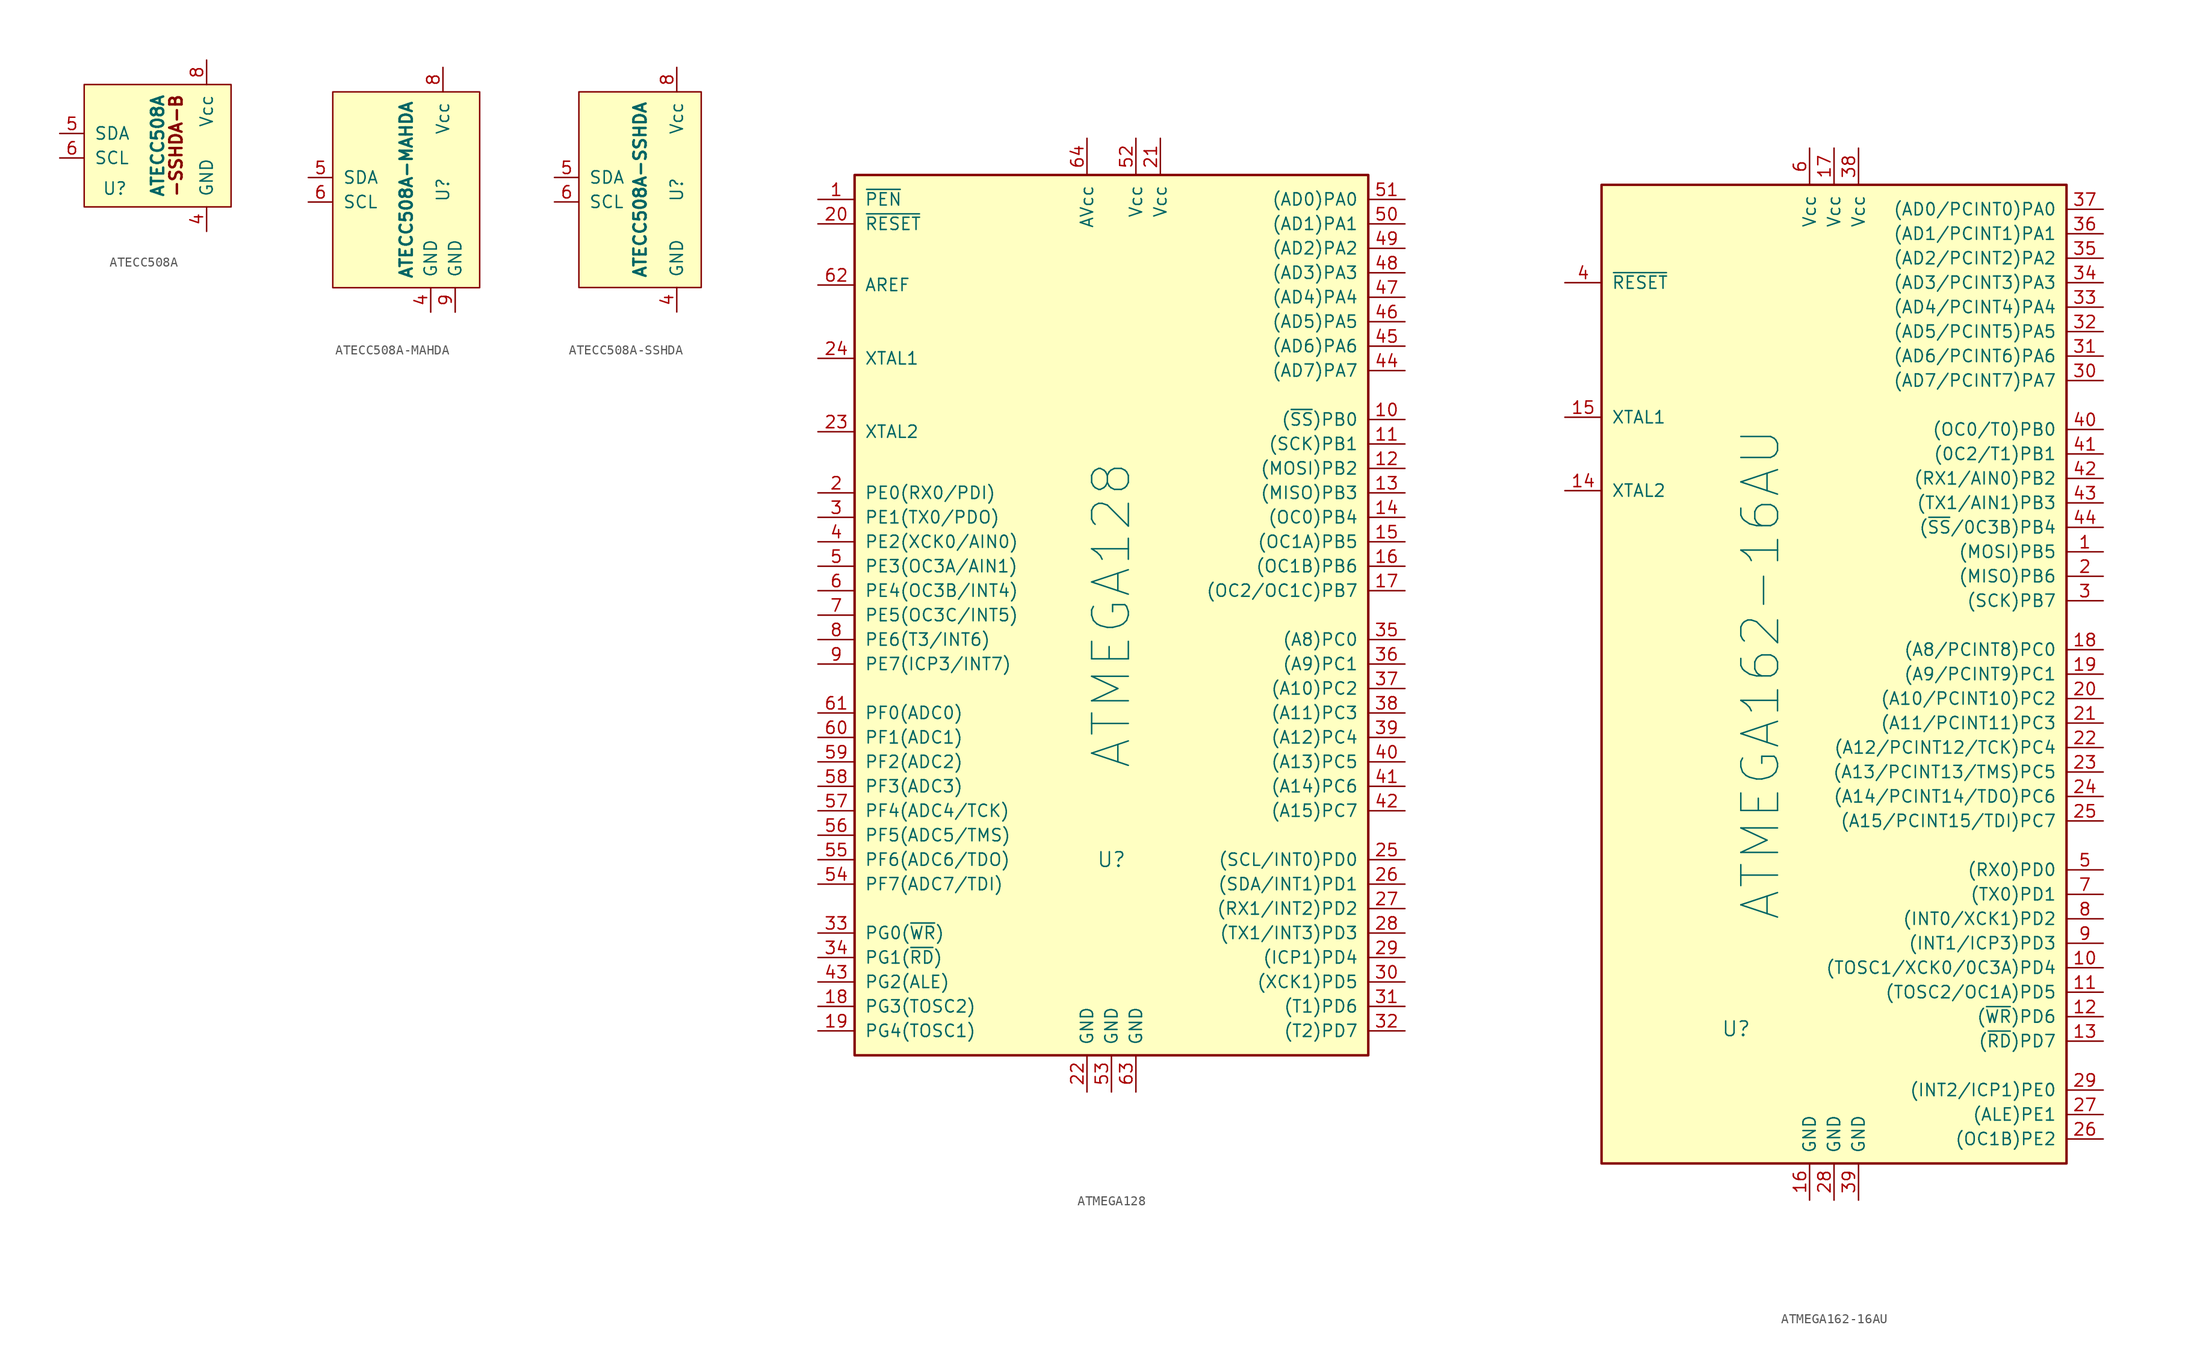
<source format=kicad_sym>
(kicad_symbol_lib
  (version 20231120)
  (generator "kicad_symbol_editor")
  (generator_version "8.0")
  (symbol "ATECC508A"
    (pin_names
      (offset 1.016))
    (property "Reference" "U"
      (at -4.445 -4.445 0)
      (effects (font (size 1.27 1.27))))
    (property "Value" "ATECC508A"
      (at 0 0 90)
      (effects (font (size 1.27 1.27) (bold yes))))
    (symbol "ATECC508A_0_0"
      (rectangle (start 7.62 6.35) (end -7.62 -6.35) (stroke (width 0) (type default)) (fill (type background)))
      (text "-SSHDA-B" (at 1.905 0 900) (effects (font (size 1.27 1.27) (bold yes)))))
    (symbol "ATECC508A_1_1"
      (pin passive line (at 5.08 -8.89 90) (length 2.54) (name "GND" (effects (font (size 1.27 1.27)))) (number "4" (effects (font (size 1.27 1.27)))))
      (pin passive line (at -10.16 1.27 0) (length 2.54) (name "SDA" (effects (font (size 1.27 1.27)))) (number "5" (effects (font (size 1.27 1.27)))))
      (pin passive line (at -10.16 -1.27 0) (length 2.54) (name "SCL" (effects (font (size 1.27 1.27)))) (number "6" (effects (font (size 1.27 1.27)))))
      (pin passive line (at 5.08 8.89 270) (length 2.54) (name "Vcc" (effects (font (size 1.27 1.27)))) (number "8" (effects (font (size 1.27 1.27)))))))
  (symbol "ATECC508A-MAHDA"
    (pin_names
      (offset 1.016))
    (property "Reference" "U"
      (at 3.81 0 90)
      (effects (font (size 1.27 1.27))))
    (property "Value" "ATECC508A-MAHDA"
      (at 0 0 90)
      (effects (font (size 1.27 1.27) (bold yes))))
    (symbol "ATECC508A-MAHDA_0_1"
      (rectangle (start -7.62 10.16) (end 7.62 -10.16) (stroke (width 0) (type default)) (fill (type background))))
    (symbol "ATECC508A-MAHDA_1_1"
      (pin passive line (at 2.54 -12.7 90) (length 2.54) (name "GND" (effects (font (size 1.27 1.27)))) (number "4" (effects (font (size 1.27 1.27)))))
      (pin passive line (at -10.16 1.27 0) (length 2.54) (name "SDA" (effects (font (size 1.27 1.27)))) (number "5" (effects (font (size 1.27 1.27)))))
      (pin passive line (at -10.16 -1.27 0) (length 2.54) (name "SCL" (effects (font (size 1.27 1.27)))) (number "6" (effects (font (size 1.27 1.27)))))
      (pin passive line (at 3.81 12.7 270) (length 2.54) (name "Vcc" (effects (font (size 1.27 1.27)))) (number "8" (effects (font (size 1.27 1.27)))))
      (pin passive line (at 5.08 -12.7 90) (length 2.54) (name "GND" (effects (font (size 1.27 1.27)))) (number "9" (effects (font (size 1.27 1.27)))))))
  (symbol "ATECC508A-SSHDA"
    (pin_names
      (offset 1.016))
    (property "Reference" "U"
      (at 3.81 0 90)
      (effects (font (size 1.27 1.27))))
    (property "Value" "ATECC508A-SSHDA"
      (at 0 0 90)
      (effects (font (size 1.27 1.27) (bold yes))))
    (symbol "ATECC508A-SSHDA_0_1"
      (rectangle (start 6.35 10.16) (end -6.35 -10.16) (stroke (width 0) (type default)) (fill (type background))))
    (symbol "ATECC508A-SSHDA_1_1"
      (pin passive line (at 3.81 -12.7 90) (length 2.54) (name "GND" (effects (font (size 1.27 1.27)))) (number "4" (effects (font (size 1.27 1.27)))))
      (pin passive line (at -8.89 1.27 0) (length 2.54) (name "SDA" (effects (font (size 1.27 1.27)))) (number "5" (effects (font (size 1.27 1.27)))))
      (pin passive line (at -8.89 -1.27 0) (length 2.54) (name "SCL" (effects (font (size 1.27 1.27)))) (number "6" (effects (font (size 1.27 1.27)))))
      (pin passive line (at 3.81 12.7 270) (length 2.54) (name "Vcc" (effects (font (size 1.27 1.27)))) (number "8" (effects (font (size 1.27 1.27)))))))
  (symbol "ATMEGA128"
    (pin_names
      (offset 1.016))
    (property "Reference" "U"
      (at 0 -25.4 0)
      (effects (font (size 1.524 1.524))))
    (property "Value" "ATMEGA128"
      (at 0 0 90)
      (effects (font (size 3.81 3.81))))
    (property "Footprint" ""
      (at 0 0 0)
      (effects (font (size 1.524 1.524))))
    (property "Datasheet" ""
      (at 0 0 0)
      (effects (font (size 1.524 1.524))))
    (symbol "ATMEGA128_0_1"
      (rectangle (start -26.67 45.72) (end 26.67 -45.72) (stroke (width 0.254) (type default)) (fill (type background))))
    (symbol "ATMEGA128_1_1"
      (pin passive line (at -30.48 43.18 0) (length 3.81) (name "~{PEN}" (effects (font (size 1.27 1.27)))) (number "1" (effects (font (size 1.27 1.27)))))
      (pin passive line (at 30.48 20.32 180) (length 3.81) (name "(~{SS})PB0" (effects (font (size 1.27 1.27)))) (number "10" (effects (font (size 1.27 1.27)))))
      (pin passive line (at 30.48 17.78 180) (length 3.81) (name "(SCK)PB1" (effects (font (size 1.27 1.27)))) (number "11" (effects (font (size 1.27 1.27)))))
      (pin passive line (at 30.48 15.24 180) (length 3.81) (name "(MOSI)PB2" (effects (font (size 1.27 1.27)))) (number "12" (effects (font (size 1.27 1.27)))))
      (pin passive line (at 30.48 12.7 180) (length 3.81) (name "(MISO)PB3" (effects (font (size 1.27 1.27)))) (number "13" (effects (font (size 1.27 1.27)))))
      (pin passive line (at 30.48 10.16 180) (length 3.81) (name "(OC0)PB4" (effects (font (size 1.27 1.27)))) (number "14" (effects (font (size 1.27 1.27)))))
      (pin passive line (at 30.48 7.62 180) (length 3.81) (name "(OC1A)PB5" (effects (font (size 1.27 1.27)))) (number "15" (effects (font (size 1.27 1.27)))))
      (pin passive line (at 30.48 5.08 180) (length 3.81) (name "(OC1B)PB6" (effects (font (size 1.27 1.27)))) (number "16" (effects (font (size 1.27 1.27)))))
      (pin passive line (at 30.48 2.54 180) (length 3.81) (name "(OC2/OC1C)PB7" (effects (font (size 1.27 1.27)))) (number "17" (effects (font (size 1.27 1.27)))))
      (pin passive line (at -30.48 -40.64 0) (length 3.81) (name "PG3(TOSC2)" (effects (font (size 1.27 1.27)))) (number "18" (effects (font (size 1.27 1.27)))))
      (pin passive line (at -30.48 -43.18 0) (length 3.81) (name "PG4(TOSC1)" (effects (font (size 1.27 1.27)))) (number "19" (effects (font (size 1.27 1.27)))))
      (pin passive line (at -30.48 12.7 0) (length 3.81) (name "PE0(RX0/PDI)" (effects (font (size 1.27 1.27)))) (number "2" (effects (font (size 1.27 1.27)))))
      (pin passive line (at -30.48 40.64 0) (length 3.81) (name "~{RESET}" (effects (font (size 1.27 1.27)))) (number "20" (effects (font (size 1.27 1.27)))))
      (pin power_in line (at 5.08 49.53 270) (length 3.81) (name "Vcc" (effects (font (size 1.27 1.27)))) (number "21" (effects (font (size 1.27 1.27)))))
      (pin power_in line (at -2.54 -49.53 90) (length 3.81) (name "GND" (effects (font (size 1.27 1.27)))) (number "22" (effects (font (size 1.27 1.27)))))
      (pin passive line (at -30.48 19.05 0) (length 3.81) (name "XTAL2" (effects (font (size 1.27 1.27)))) (number "23" (effects (font (size 1.27 1.27)))))
      (pin passive line (at -30.48 26.67 0) (length 3.81) (name "XTAL1" (effects (font (size 1.27 1.27)))) (number "24" (effects (font (size 1.27 1.27)))))
      (pin passive line (at 30.48 -25.4 180) (length 3.81) (name "(SCL/INT0)PD0" (effects (font (size 1.27 1.27)))) (number "25" (effects (font (size 1.27 1.27)))))
      (pin passive line (at 30.48 -27.94 180) (length 3.81) (name "(SDA/INT1)PD1" (effects (font (size 1.27 1.27)))) (number "26" (effects (font (size 1.27 1.27)))))
      (pin passive line (at 30.48 -30.48 180) (length 3.81) (name "(RX1/INT2)PD2" (effects (font (size 1.27 1.27)))) (number "27" (effects (font (size 1.27 1.27)))))
      (pin passive line (at 30.48 -33.02 180) (length 3.81) (name "(TX1/INT3)PD3" (effects (font (size 1.27 1.27)))) (number "28" (effects (font (size 1.27 1.27)))))
      (pin passive line (at 30.48 -35.56 180) (length 3.81) (name "(ICP1)PD4" (effects (font (size 1.27 1.27)))) (number "29" (effects (font (size 1.27 1.27)))))
      (pin passive line (at -30.48 10.16 0) (length 3.81) (name "PE1(TX0/PDO)" (effects (font (size 1.27 1.27)))) (number "3" (effects (font (size 1.27 1.27)))))
      (pin passive line (at 30.48 -38.1 180) (length 3.81) (name "(XCK1)PD5" (effects (font (size 1.27 1.27)))) (number "30" (effects (font (size 1.27 1.27)))))
      (pin passive line (at 30.48 -40.64 180) (length 3.81) (name "(T1)PD6" (effects (font (size 1.27 1.27)))) (number "31" (effects (font (size 1.27 1.27)))))
      (pin passive line (at 30.48 -43.18 180) (length 3.81) (name "(T2)PD7" (effects (font (size 1.27 1.27)))) (number "32" (effects (font (size 1.27 1.27)))))
      (pin passive line (at -30.48 -33.02 0) (length 3.81) (name "PG0(~{WR})" (effects (font (size 1.27 1.27)))) (number "33" (effects (font (size 1.27 1.27)))))
      (pin passive line (at -30.48 -35.56 0) (length 3.81) (name "PG1(~{RD})" (effects (font (size 1.27 1.27)))) (number "34" (effects (font (size 1.27 1.27)))))
      (pin passive line (at 30.48 -2.54 180) (length 3.81) (name "(A8)PC0" (effects (font (size 1.27 1.27)))) (number "35" (effects (font (size 1.27 1.27)))))
      (pin passive line (at 30.48 -5.08 180) (length 3.81) (name "(A9)PC1" (effects (font (size 1.27 1.27)))) (number "36" (effects (font (size 1.27 1.27)))))
      (pin passive line (at 30.48 -7.62 180) (length 3.81) (name "(A10)PC2" (effects (font (size 1.27 1.27)))) (number "37" (effects (font (size 1.27 1.27)))))
      (pin passive line (at 30.48 -10.16 180) (length 3.81) (name "(A11)PC3" (effects (font (size 1.27 1.27)))) (number "38" (effects (font (size 1.27 1.27)))))
      (pin passive line (at 30.48 -12.7 180) (length 3.81) (name "(A12)PC4" (effects (font (size 1.27 1.27)))) (number "39" (effects (font (size 1.27 1.27)))))
      (pin passive line (at -30.48 7.62 0) (length 3.81) (name "PE2(XCK0/AIN0)" (effects (font (size 1.27 1.27)))) (number "4" (effects (font (size 1.27 1.27)))))
      (pin passive line (at 30.48 -15.24 180) (length 3.81) (name "(A13)PC5" (effects (font (size 1.27 1.27)))) (number "40" (effects (font (size 1.27 1.27)))))
      (pin passive line (at 30.48 -17.78 180) (length 3.81) (name "(A14)PC6" (effects (font (size 1.27 1.27)))) (number "41" (effects (font (size 1.27 1.27)))))
      (pin passive line (at 30.48 -20.32 180) (length 3.81) (name "(A15)PC7" (effects (font (size 1.27 1.27)))) (number "42" (effects (font (size 1.27 1.27)))))
      (pin passive line (at -30.48 -38.1 0) (length 3.81) (name "PG2(ALE)" (effects (font (size 1.27 1.27)))) (number "43" (effects (font (size 1.27 1.27)))))
      (pin passive line (at 30.48 25.4 180) (length 3.81) (name "(AD7)PA7" (effects (font (size 1.27 1.27)))) (number "44" (effects (font (size 1.27 1.27)))))
      (pin passive line (at 30.48 27.94 180) (length 3.81) (name "(AD6)PA6" (effects (font (size 1.27 1.27)))) (number "45" (effects (font (size 1.27 1.27)))))
      (pin passive line (at 30.48 30.48 180) (length 3.81) (name "(AD5)PA5" (effects (font (size 1.27 1.27)))) (number "46" (effects (font (size 1.27 1.27)))))
      (pin passive line (at 30.48 33.02 180) (length 3.81) (name "(AD4)PA4" (effects (font (size 1.27 1.27)))) (number "47" (effects (font (size 1.27 1.27)))))
      (pin passive line (at 30.48 35.56 180) (length 3.81) (name "(AD3)PA3" (effects (font (size 1.27 1.27)))) (number "48" (effects (font (size 1.27 1.27)))))
      (pin passive line (at 30.48 38.1 180) (length 3.81) (name "(AD2)PA2" (effects (font (size 1.27 1.27)))) (number "49" (effects (font (size 1.27 1.27)))))
      (pin passive line (at -30.48 5.08 0) (length 3.81) (name "PE3(OC3A/AIN1)" (effects (font (size 1.27 1.27)))) (number "5" (effects (font (size 1.27 1.27)))))
      (pin passive line (at 30.48 40.64 180) (length 3.81) (name "(AD1)PA1" (effects (font (size 1.27 1.27)))) (number "50" (effects (font (size 1.27 1.27)))))
      (pin passive line (at 30.48 43.18 180) (length 3.81) (name "(AD0)PA0" (effects (font (size 1.27 1.27)))) (number "51" (effects (font (size 1.27 1.27)))))
      (pin power_in line (at 2.54 49.53 270) (length 3.81) (name "Vcc" (effects (font (size 1.27 1.27)))) (number "52" (effects (font (size 1.27 1.27)))))
      (pin power_in line (at 0 -49.53 90) (length 3.81) (name "GND" (effects (font (size 1.27 1.27)))) (number "53" (effects (font (size 1.27 1.27)))))
      (pin passive line (at -30.48 -27.94 0) (length 3.81) (name "PF7(ADC7/TDI)" (effects (font (size 1.27 1.27)))) (number "54" (effects (font (size 1.27 1.27)))))
      (pin passive line (at -30.48 -25.4 0) (length 3.81) (name "PF6(ADC6/TDO)" (effects (font (size 1.27 1.27)))) (number "55" (effects (font (size 1.27 1.27)))))
      (pin passive line (at -30.48 -22.86 0) (length 3.81) (name "PF5(ADC5/TMS)" (effects (font (size 1.27 1.27)))) (number "56" (effects (font (size 1.27 1.27)))))
      (pin passive line (at -30.48 -20.32 0) (length 3.81) (name "PF4(ADC4/TCK)" (effects (font (size 1.27 1.27)))) (number "57" (effects (font (size 1.27 1.27)))))
      (pin passive line (at -30.48 -17.78 0) (length 3.81) (name "PF3(ADC3)" (effects (font (size 1.27 1.27)))) (number "58" (effects (font (size 1.27 1.27)))))
      (pin passive line (at -30.48 -15.24 0) (length 3.81) (name "PF2(ADC2)" (effects (font (size 1.27 1.27)))) (number "59" (effects (font (size 1.27 1.27)))))
      (pin passive line (at -30.48 2.54 0) (length 3.81) (name "PE4(OC3B/INT4)" (effects (font (size 1.27 1.27)))) (number "6" (effects (font (size 1.27 1.27)))))
      (pin passive line (at -30.48 -12.7 0) (length 3.81) (name "PF1(ADC1)" (effects (font (size 1.27 1.27)))) (number "60" (effects (font (size 1.27 1.27)))))
      (pin passive line (at -30.48 -10.16 0) (length 3.81) (name "PF0(ADC0)" (effects (font (size 1.27 1.27)))) (number "61" (effects (font (size 1.27 1.27)))))
      (pin passive line (at -30.48 34.29 0) (length 3.81) (name "AREF" (effects (font (size 1.27 1.27)))) (number "62" (effects (font (size 1.27 1.27)))))
      (pin power_in line (at 2.54 -49.53 90) (length 3.81) (name "GND" (effects (font (size 1.27 1.27)))) (number "63" (effects (font (size 1.27 1.27)))))
      (pin passive line (at -2.54 49.53 270) (length 3.81) (name "AVcc" (effects (font (size 1.27 1.27)))) (number "64" (effects (font (size 1.27 1.27)))))
      (pin passive line (at -30.48 0 0) (length 3.81) (name "PE5(OC3C/INT5)" (effects (font (size 1.27 1.27)))) (number "7" (effects (font (size 1.27 1.27)))))
      (pin passive line (at -30.48 -2.54 0) (length 3.81) (name "PE6(T3/INT6)" (effects (font (size 1.27 1.27)))) (number "8" (effects (font (size 1.27 1.27)))))
      (pin passive line (at -30.48 -5.08 0) (length 3.81) (name "PE7(ICP3/INT7)" (effects (font (size 1.27 1.27)))) (number "9" (effects (font (size 1.27 1.27)))))))
  (symbol "ATMEGA162-16AU"
    (pin_names
      (offset 1.016))
    (property "Reference" "U"
      (at -10.16 -36.83 0)
      (effects (font (size 1.524 1.524))))
    (property "Value" "ATMEGA162-16AU"
      (at -7.62 0 90)
      (effects (font (size 3.81 3.81))))
    (property "Footprint" ""
      (at 0 0 0)
      (effects (font (size 1.524 1.524))))
    (property "Datasheet" ""
      (at 0 0 0)
      (effects (font (size 1.524 1.524))))
    (symbol "ATMEGA162-16AU_0_1"
      (rectangle (start -24.13 50.8) (end 24.13 -50.8) (stroke (width 0.254) (type default)) (fill (type background))))
    (symbol "ATMEGA162-16AU_1_1"
      (pin passive line (at 27.94 12.7 180) (length 3.81) (name "(MOSI)PB5" (effects (font (size 1.27 1.27)))) (number "1" (effects (font (size 1.27 1.27)))))
      (pin passive line (at 27.94 -30.48 180) (length 3.81) (name "(TOSC1/XCK0/0C3A)PD4" (effects (font (size 1.27 1.27)))) (number "10" (effects (font (size 1.27 1.27)))))
      (pin passive line (at 27.94 -33.02 180) (length 3.81) (name "(TOSC2/OC1A)PD5" (effects (font (size 1.27 1.27)))) (number "11" (effects (font (size 1.27 1.27)))))
      (pin passive line (at 27.94 -35.56 180) (length 3.81) (name "(~{WR})PD6" (effects (font (size 1.27 1.27)))) (number "12" (effects (font (size 1.27 1.27)))))
      (pin passive line (at 27.94 -38.1 180) (length 3.81) (name "(~{RD})PD7" (effects (font (size 1.27 1.27)))) (number "13" (effects (font (size 1.27 1.27)))))
      (pin passive line (at -27.94 19.05 0) (length 3.81) (name "XTAL2" (effects (font (size 1.27 1.27)))) (number "14" (effects (font (size 1.27 1.27)))))
      (pin passive line (at -27.94 26.67 0) (length 3.81) (name "XTAL1" (effects (font (size 1.27 1.27)))) (number "15" (effects (font (size 1.27 1.27)))))
      (pin power_in line (at -2.54 -54.61 90) (length 3.81) (name "GND" (effects (font (size 1.27 1.27)))) (number "16" (effects (font (size 1.27 1.27)))))
      (pin power_in line (at 0 54.61 270) (length 3.81) (name "Vcc" (effects (font (size 1.27 1.27)))) (number "17" (effects (font (size 1.27 1.27)))))
      (pin passive line (at 27.94 2.54 180) (length 3.81) (name "(A8/PCINT8)PC0" (effects (font (size 1.27 1.27)))) (number "18" (effects (font (size 1.27 1.27)))))
      (pin passive line (at 27.94 0 180) (length 3.81) (name "(A9/PCINT9)PC1" (effects (font (size 1.27 1.27)))) (number "19" (effects (font (size 1.27 1.27)))))
      (pin passive line (at 27.94 10.16 180) (length 3.81) (name "(MISO)PB6" (effects (font (size 1.27 1.27)))) (number "2" (effects (font (size 1.27 1.27)))))
      (pin passive line (at 27.94 -2.54 180) (length 3.81) (name "(A10/PCINT10)PC2" (effects (font (size 1.27 1.27)))) (number "20" (effects (font (size 1.27 1.27)))))
      (pin passive line (at 27.94 -5.08 180) (length 3.81) (name "(A11/PCINT11)PC3" (effects (font (size 1.27 1.27)))) (number "21" (effects (font (size 1.27 1.27)))))
      (pin passive line (at 27.94 -7.62 180) (length 3.81) (name "(A12/PCINT12/TCK)PC4" (effects (font (size 1.27 1.27)))) (number "22" (effects (font (size 1.27 1.27)))))
      (pin passive line (at 27.94 -10.16 180) (length 3.81) (name "(A13/PCINT13/TMS)PC5" (effects (font (size 1.27 1.27)))) (number "23" (effects (font (size 1.27 1.27)))))
      (pin passive line (at 27.94 -12.7 180) (length 3.81) (name "(A14/PCINT14/TDO)PC6" (effects (font (size 1.27 1.27)))) (number "24" (effects (font (size 1.27 1.27)))))
      (pin passive line (at 27.94 -15.24 180) (length 3.81) (name "(A15/PCINT15/TDI)PC7" (effects (font (size 1.27 1.27)))) (number "25" (effects (font (size 1.27 1.27)))))
      (pin passive line (at 27.94 -48.26 180) (length 3.81) (name "(OC1B)PE2" (effects (font (size 1.27 1.27)))) (number "26" (effects (font (size 1.27 1.27)))))
      (pin passive line (at 27.94 -45.72 180) (length 3.81) (name "(ALE)PE1" (effects (font (size 1.27 1.27)))) (number "27" (effects (font (size 1.27 1.27)))))
      (pin power_in line (at 0 -54.61 90) (length 3.81) (name "GND" (effects (font (size 1.27 1.27)))) (number "28" (effects (font (size 1.27 1.27)))))
      (pin passive line (at 27.94 -43.18 180) (length 3.81) (name "(INT2/ICP1)PE0" (effects (font (size 1.27 1.27)))) (number "29" (effects (font (size 1.27 1.27)))))
      (pin passive line (at 27.94 7.62 180) (length 3.81) (name "(SCK)PB7" (effects (font (size 1.27 1.27)))) (number "3" (effects (font (size 1.27 1.27)))))
      (pin passive line (at 27.94 30.48 180) (length 3.81) (name "(AD7/PCINT7)PA7" (effects (font (size 1.27 1.27)))) (number "30" (effects (font (size 1.27 1.27)))))
      (pin passive line (at 27.94 33.02 180) (length 3.81) (name "(AD6/PCINT6)PA6" (effects (font (size 1.27 1.27)))) (number "31" (effects (font (size 1.27 1.27)))))
      (pin passive line (at 27.94 35.56 180) (length 3.81) (name "(AD5/PCINT5)PA5" (effects (font (size 1.27 1.27)))) (number "32" (effects (font (size 1.27 1.27)))))
      (pin passive line (at 27.94 38.1 180) (length 3.81) (name "(AD4/PCINT4)PA4" (effects (font (size 1.27 1.27)))) (number "33" (effects (font (size 1.27 1.27)))))
      (pin passive line (at 27.94 40.64 180) (length 3.81) (name "(AD3/PCINT3)PA3" (effects (font (size 1.27 1.27)))) (number "34" (effects (font (size 1.27 1.27)))))
      (pin passive line (at 27.94 43.18 180) (length 3.81) (name "(AD2/PCINT2)PA2" (effects (font (size 1.27 1.27)))) (number "35" (effects (font (size 1.27 1.27)))))
      (pin passive line (at 27.94 45.72 180) (length 3.81) (name "(AD1/PCINT1)PA1" (effects (font (size 1.27 1.27)))) (number "36" (effects (font (size 1.27 1.27)))))
      (pin passive line (at 27.94 48.26 180) (length 3.81) (name "(AD0/PCINT0)PA0" (effects (font (size 1.27 1.27)))) (number "37" (effects (font (size 1.27 1.27)))))
      (pin power_in line (at 2.54 54.61 270) (length 3.81) (name "Vcc" (effects (font (size 1.27 1.27)))) (number "38" (effects (font (size 1.27 1.27)))))
      (pin power_in line (at 2.54 -54.61 90) (length 3.81) (name "GND" (effects (font (size 1.27 1.27)))) (number "39" (effects (font (size 1.27 1.27)))))
      (pin passive line (at -27.94 40.64 0) (length 3.81) (name "~{RESET}" (effects (font (size 1.27 1.27)))) (number "4" (effects (font (size 1.27 1.27)))))
      (pin passive line (at 27.94 25.4 180) (length 3.81) (name "(OC0/T0)PB0" (effects (font (size 1.27 1.27)))) (number "40" (effects (font (size 1.27 1.27)))))
      (pin passive line (at 27.94 22.86 180) (length 3.81) (name "(0C2/T1)PB1" (effects (font (size 1.27 1.27)))) (number "41" (effects (font (size 1.27 1.27)))))
      (pin passive line (at 27.94 20.32 180) (length 3.81) (name "(RX1/AIN0)PB2" (effects (font (size 1.27 1.27)))) (number "42" (effects (font (size 1.27 1.27)))))
      (pin passive line (at 27.94 17.78 180) (length 3.81) (name "(TX1/AIN1)PB3" (effects (font (size 1.27 1.27)))) (number "43" (effects (font (size 1.27 1.27)))))
      (pin passive line (at 27.94 15.24 180) (length 3.81) (name "(~{SS}/0C3B)PB4" (effects (font (size 1.27 1.27)))) (number "44" (effects (font (size 1.27 1.27)))))
      (pin passive line (at 27.94 -20.32 180) (length 3.81) (name "(RX0)PD0" (effects (font (size 1.27 1.27)))) (number "5" (effects (font (size 1.27 1.27)))))
      (pin power_in line (at -2.54 54.61 270) (length 3.81) (name "Vcc" (effects (font (size 1.27 1.27)))) (number "6" (effects (font (size 1.27 1.27)))))
      (pin passive line (at 27.94 -22.86 180) (length 3.81) (name "(TX0)PD1" (effects (font (size 1.27 1.27)))) (number "7" (effects (font (size 1.27 1.27)))))
      (pin passive line (at 27.94 -25.4 180) (length 3.81) (name "(INT0/XCK1)PD2" (effects (font (size 1.27 1.27)))) (number "8" (effects (font (size 1.27 1.27)))))
      (pin passive line (at 27.94 -27.94 180) (length 3.81) (name "(INT1/ICP3)PD3" (effects (font (size 1.27 1.27)))) (number "9" (effects (font (size 1.27 1.27))))))))
</source>
